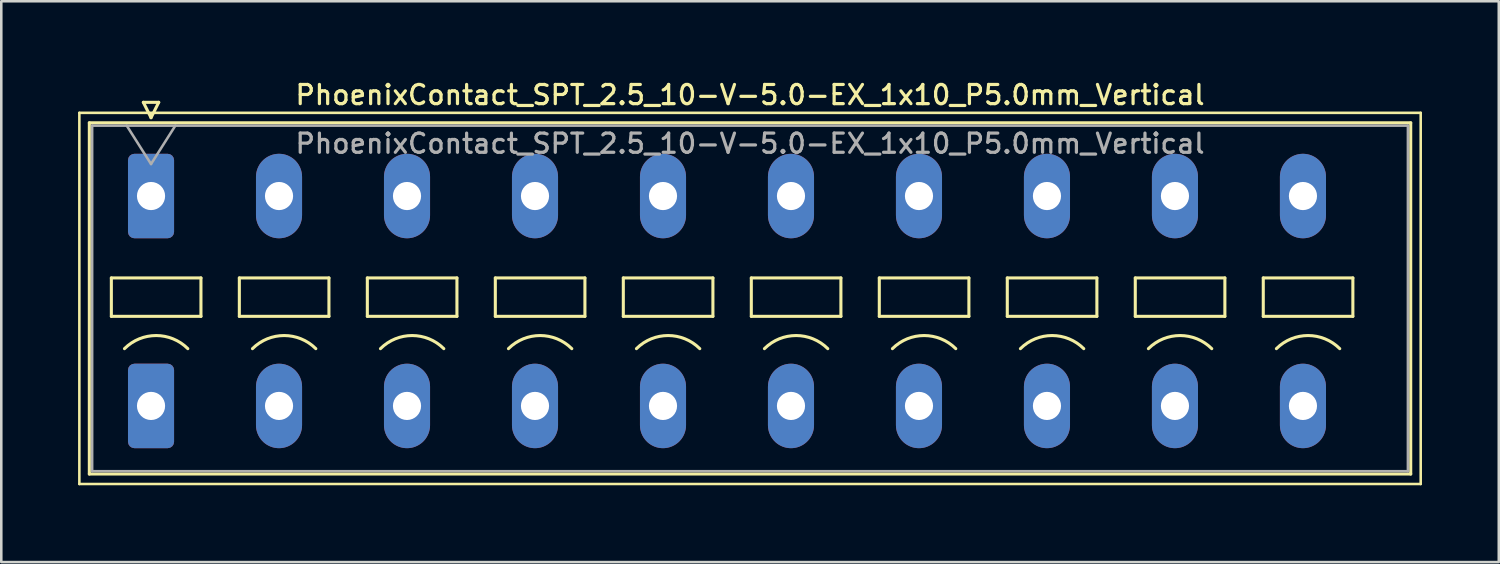
<source format=kicad_pcb>
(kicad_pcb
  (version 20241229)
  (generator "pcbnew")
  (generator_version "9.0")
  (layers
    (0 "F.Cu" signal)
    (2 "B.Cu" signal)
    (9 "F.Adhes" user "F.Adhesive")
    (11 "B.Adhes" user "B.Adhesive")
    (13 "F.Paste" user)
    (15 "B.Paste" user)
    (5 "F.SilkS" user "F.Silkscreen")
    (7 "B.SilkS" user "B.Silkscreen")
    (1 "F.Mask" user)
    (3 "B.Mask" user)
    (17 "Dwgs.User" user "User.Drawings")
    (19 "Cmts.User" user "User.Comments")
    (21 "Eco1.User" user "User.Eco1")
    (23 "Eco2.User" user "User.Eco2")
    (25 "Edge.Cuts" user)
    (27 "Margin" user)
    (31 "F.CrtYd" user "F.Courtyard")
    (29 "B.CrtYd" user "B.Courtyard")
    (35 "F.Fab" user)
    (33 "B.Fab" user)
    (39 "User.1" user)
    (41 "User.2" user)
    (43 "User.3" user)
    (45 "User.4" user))
  (footprint "PhoenixContact_SPT_2.5_10-V-5.0-EX_1x10_P5.0mm_Vertical"
    (layer "F.Cu")
    (at 2.85 4.608)
    (property "Reference" "PhoenixContact_SPT_2.5_10-V-5.0-EX_1x10_P5.0mm_Vertical" (at 23.4 -3.95 0) (layer "F.SilkS") (effects (font (size 0.75 0.75) (thickness 0.125))))
    (attr through_hole)
    (fp_line (start -2.8 -3.25) (end -2.8 11.25) (stroke (width 0.1) (type solid)) (layer "F.SilkS"))
    (fp_line (start -2.8 11.25) (end 49.6 11.25) (stroke (width 0.1) (type solid)) (layer "F.SilkS"))
    (fp_line (start -2.41 -2.86) (end 49.21 -2.86) (stroke (width 0.12) (type solid)) (layer "F.SilkS"))
    (fp_line (start -2.41 10.86) (end -2.41 -2.86) (stroke (width 0.12) (type solid)) (layer "F.SilkS"))
    (fp_line (start -1.55 3.2) (end -1.55 4.7) (stroke (width 0.12) (type solid)) (layer "F.SilkS"))
    (fp_line (start -1.55 4.7) (end 1.95 4.7) (stroke (width 0.12) (type solid)) (layer "F.SilkS"))
    (fp_line (start -0.3 -3.66) (end 0 -3.06) (stroke (width 0.12) (type solid)) (layer "F.SilkS"))
    (fp_line (start -0.3 -3.66) (end 0.3 -3.66) (stroke (width 0.12) (type solid)) (layer "F.SilkS"))
    (fp_line (start 0.3 -3.66) (end 0 -3.06) (stroke (width 0.12) (type solid)) (layer "F.SilkS"))
    (fp_line (start 1.95 3.2) (end -1.55 3.2) (stroke (width 0.12) (type solid)) (layer "F.SilkS"))
    (fp_line (start 1.95 4.7) (end 1.95 3.2) (stroke (width 0.12) (type solid)) (layer "F.SilkS"))
    (fp_line (start 3.45 3.2) (end 3.45 4.7) (stroke (width 0.12) (type solid)) (layer "F.SilkS"))
    (fp_line (start 3.45 4.7) (end 6.95 4.7) (stroke (width 0.12) (type solid)) (layer "F.SilkS"))
    (fp_line (start 6.95 3.2) (end 3.45 3.2) (stroke (width 0.12) (type solid)) (layer "F.SilkS"))
    (fp_line (start 6.95 4.7) (end 6.95 3.2) (stroke (width 0.12) (type solid)) (layer "F.SilkS"))
    (fp_line (start 8.45 3.2) (end 8.45 4.7) (stroke (width 0.12) (type solid)) (layer "F.SilkS"))
    (fp_line (start 8.45 4.7) (end 11.95 4.7) (stroke (width 0.12) (type solid)) (layer "F.SilkS"))
    (fp_line (start 11.95 3.2) (end 8.45 3.2) (stroke (width 0.12) (type solid)) (layer "F.SilkS"))
    (fp_line (start 11.95 4.7) (end 11.95 3.2) (stroke (width 0.12) (type solid)) (layer "F.SilkS"))
    (fp_line (start 13.45 3.2) (end 13.45 4.7) (stroke (width 0.12) (type solid)) (layer "F.SilkS"))
    (fp_line (start 13.45 4.7) (end 16.95 4.7) (stroke (width 0.12) (type solid)) (layer "F.SilkS"))
    (fp_line (start 16.95 3.2) (end 13.45 3.2) (stroke (width 0.12) (type solid)) (layer "F.SilkS"))
    (fp_line (start 16.95 4.7) (end 16.95 3.2) (stroke (width 0.12) (type solid)) (layer "F.SilkS"))
    (fp_line (start 18.45 3.2) (end 18.45 4.7) (stroke (width 0.12) (type solid)) (layer "F.SilkS"))
    (fp_line (start 18.45 4.7) (end 21.95 4.7) (stroke (width 0.12) (type solid)) (layer "F.SilkS"))
    (fp_line (start 21.95 3.2) (end 18.45 3.2) (stroke (width 0.12) (type solid)) (layer "F.SilkS"))
    (fp_line (start 21.95 4.7) (end 21.95 3.2) (stroke (width 0.12) (type solid)) (layer "F.SilkS"))
    (fp_line (start 23.45 3.2) (end 23.45 4.7) (stroke (width 0.12) (type solid)) (layer "F.SilkS"))
    (fp_line (start 23.45 4.7) (end 26.95 4.7) (stroke (width 0.12) (type solid)) (layer "F.SilkS"))
    (fp_line (start 26.95 3.2) (end 23.45 3.2) (stroke (width 0.12) (type solid)) (layer "F.SilkS"))
    (fp_line (start 26.95 4.7) (end 26.95 3.2) (stroke (width 0.12) (type solid)) (layer "F.SilkS"))
    (fp_line (start 28.45 3.2) (end 28.45 4.7) (stroke (width 0.12) (type solid)) (layer "F.SilkS"))
    (fp_line (start 28.45 4.7) (end 31.95 4.7) (stroke (width 0.12) (type solid)) (layer "F.SilkS"))
    (fp_line (start 31.95 3.2) (end 28.45 3.2) (stroke (width 0.12) (type solid)) (layer "F.SilkS"))
    (fp_line (start 31.95 4.7) (end 31.95 3.2) (stroke (width 0.12) (type solid)) (layer "F.SilkS"))
    (fp_line (start 33.45 3.2) (end 33.45 4.7) (stroke (width 0.12) (type solid)) (layer "F.SilkS"))
    (fp_line (start 33.45 4.7) (end 36.95 4.7) (stroke (width 0.12) (type solid)) (layer "F.SilkS"))
    (fp_line (start 36.95 3.2) (end 33.45 3.2) (stroke (width 0.12) (type solid)) (layer "F.SilkS"))
    (fp_line (start 36.95 4.7) (end 36.95 3.2) (stroke (width 0.12) (type solid)) (layer "F.SilkS"))
    (fp_line (start 38.45 3.2) (end 38.45 4.7) (stroke (width 0.12) (type solid)) (layer "F.SilkS"))
    (fp_line (start 38.45 4.7) (end 41.95 4.7) (stroke (width 0.12) (type solid)) (layer "F.SilkS"))
    (fp_line (start 41.95 3.2) (end 38.45 3.2) (stroke (width 0.12) (type solid)) (layer "F.SilkS"))
    (fp_line (start 41.95 4.7) (end 41.95 3.2) (stroke (width 0.12) (type solid)) (layer "F.SilkS"))
    (fp_line (start 43.45 3.2) (end 43.45 4.7) (stroke (width 0.12) (type solid)) (layer "F.SilkS"))
    (fp_line (start 43.45 4.7) (end 46.95 4.7) (stroke (width 0.12) (type solid)) (layer "F.SilkS"))
    (fp_line (start 46.95 3.2) (end 43.45 3.2) (stroke (width 0.12) (type solid)) (layer "F.SilkS"))
    (fp_line (start 46.95 4.7) (end 46.95 3.2) (stroke (width 0.12) (type solid)) (layer "F.SilkS"))
    (fp_line (start 49.21 -2.86) (end 49.21 10.86) (stroke (width 0.12) (type solid)) (layer "F.SilkS"))
    (fp_line (start 49.21 10.86) (end -2.41 10.86) (stroke (width 0.12) (type solid)) (layer "F.SilkS"))
    (fp_line (start 49.6 -3.25) (end -2.8 -3.25) (stroke (width 0.1) (type solid)) (layer "F.SilkS"))
    (fp_line (start 49.6 11.25) (end 49.6 -3.25) (stroke (width 0.1) (type solid)) (layer "F.SilkS"))
    (fp_arc (start -1.037437 5.962563) (mid 0.2 5.45) (end 1.437437 5.962563) (stroke (width 0.12) (type solid)) (layer "F.SilkS"))
    (fp_arc (start 3.962563 5.962563) (mid 5.2 5.45) (end 6.437437 5.962563) (stroke (width 0.12) (type solid)) (layer "F.SilkS"))
    (fp_arc (start 8.962563 5.962563) (mid 10.2 5.45) (end 11.437437 5.962563) (stroke (width 0.12) (type solid)) (layer "F.SilkS"))
    (fp_arc (start 13.962563 5.962563) (mid 15.2 5.45) (end 16.437437 5.962563) (stroke (width 0.12) (type solid)) (layer "F.SilkS"))
    (fp_arc (start 18.962563 5.962563) (mid 20.2 5.45) (end 21.437437 5.962563) (stroke (width 0.12) (type solid)) (layer "F.SilkS"))
    (fp_arc (start 23.962563 5.962563) (mid 25.2 5.45) (end 26.437437 5.962563) (stroke (width 0.12) (type solid)) (layer "F.SilkS"))
    (fp_arc (start 28.962563 5.962563) (mid 30.2 5.45) (end 31.437437 5.962563) (stroke (width 0.12) (type solid)) (layer "F.SilkS"))
    (fp_arc (start 33.962563 5.962563) (mid 35.2 5.45) (end 36.437437 5.962563) (stroke (width 0.12) (type solid)) (layer "F.SilkS"))
    (fp_arc (start 38.962563 5.962563) (mid 40.2 5.45) (end 41.437437 5.962563) (stroke (width 0.12) (type solid)) (layer "F.SilkS"))
    (fp_arc (start 43.962563 5.962563) (mid 45.2 5.45) (end 46.437437 5.962563) (stroke (width 0.12) (type solid)) (layer "F.SilkS"))
    (fp_line (start -2.3 -2.75) (end -2.3 10.75) (stroke (width 0.1) (type solid)) (layer "F.Fab"))
    (fp_line (start -2.3 10.75) (end 49.1 10.75) (stroke (width 0.1) (type solid)) (layer "F.Fab"))
    (fp_line (start -0.95 -2.75) (end 0 -1.25) (stroke (width 0.1) (type solid)) (layer "F.Fab"))
    (fp_line (start 0.95 -2.75) (end 0 -1.25) (stroke (width 0.1) (type solid)) (layer "F.Fab"))
    (fp_line (start 49.1 -2.75) (end -2.3 -2.75) (stroke (width 0.1) (type solid)) (layer "F.Fab"))
    (fp_line (start 49.1 10.75) (end 49.1 -2.75) (stroke (width 0.1) (type solid)) (layer "F.Fab"))
    (fp_text user "${REFERENCE}" (at 23.4 -2.05 0) (layer "F.Fab") (effects (font (size 0.75 0.75) (thickness 0.125))))
    (pad "1" thru_hole roundrect (at 0 0) (size 1.8 3.3) (drill 1.1) (layers "*.Cu" "*.Mask") (roundrect_rratio 0.139))
    (pad "1" thru_hole roundrect (at 0 8.2) (size 1.8 3.3) (drill 1.1) (layers "*.Cu" "*.Mask") (roundrect_rratio 0.139))
    (pad "2" thru_hole oval (at 5 0) (size 1.8 3.3) (drill 1.1) (layers "*.Cu" "*.Mask"))
    (pad "2" thru_hole oval (at 5 8.2) (size 1.8 3.3) (drill 1.1) (layers "*.Cu" "*.Mask"))
    (pad "3" thru_hole oval (at 10 0) (size 1.8 3.3) (drill 1.1) (layers "*.Cu" "*.Mask"))
    (pad "3" thru_hole oval (at 10 8.2) (size 1.8 3.3) (drill 1.1) (layers "*.Cu" "*.Mask"))
    (pad "4" thru_hole oval (at 15 0) (size 1.8 3.3) (drill 1.1) (layers "*.Cu" "*.Mask"))
    (pad "4" thru_hole oval (at 15 8.2) (size 1.8 3.3) (drill 1.1) (layers "*.Cu" "*.Mask"))
    (pad "5" thru_hole oval (at 20 0) (size 1.8 3.3) (drill 1.1) (layers "*.Cu" "*.Mask"))
    (pad "5" thru_hole oval (at 20 8.2) (size 1.8 3.3) (drill 1.1) (layers "*.Cu" "*.Mask"))
    (pad "6" thru_hole oval (at 25 0) (size 1.8 3.3) (drill 1.1) (layers "*.Cu" "*.Mask"))
    (pad "6" thru_hole oval (at 25 8.2) (size 1.8 3.3) (drill 1.1) (layers "*.Cu" "*.Mask"))
    (pad "7" thru_hole oval (at 30 0) (size 1.8 3.3) (drill 1.1) (layers "*.Cu" "*.Mask"))
    (pad "7" thru_hole oval (at 30 8.2) (size 1.8 3.3) (drill 1.1) (layers "*.Cu" "*.Mask"))
    (pad "8" thru_hole oval (at 35 0) (size 1.8 3.3) (drill 1.1) (layers "*.Cu" "*.Mask"))
    (pad "8" thru_hole oval (at 35 8.2) (size 1.8 3.3) (drill 1.1) (layers "*.Cu" "*.Mask"))
    (pad "9" thru_hole oval (at 40 0) (size 1.8 3.3) (drill 1.1) (layers "*.Cu" "*.Mask"))
    (pad "9" thru_hole oval (at 40 8.2) (size 1.8 3.3) (drill 1.1) (layers "*.Cu" "*.Mask"))
    (pad "10" thru_hole oval (at 45 0) (size 1.8 3.3) (drill 1.1) (layers "*.Cu" "*.Mask"))
    (pad "10" thru_hole oval (at 45 8.2) (size 1.8 3.3) (drill 1.1) (layers "*.Cu" "*.Mask")))
  (gr_rect
    (start -3 -3)
    (end 55.5 18.908)
    (stroke (width 0.1) (type default))
    (fill no)
    (layer "Edge.Cuts")))
</source>
